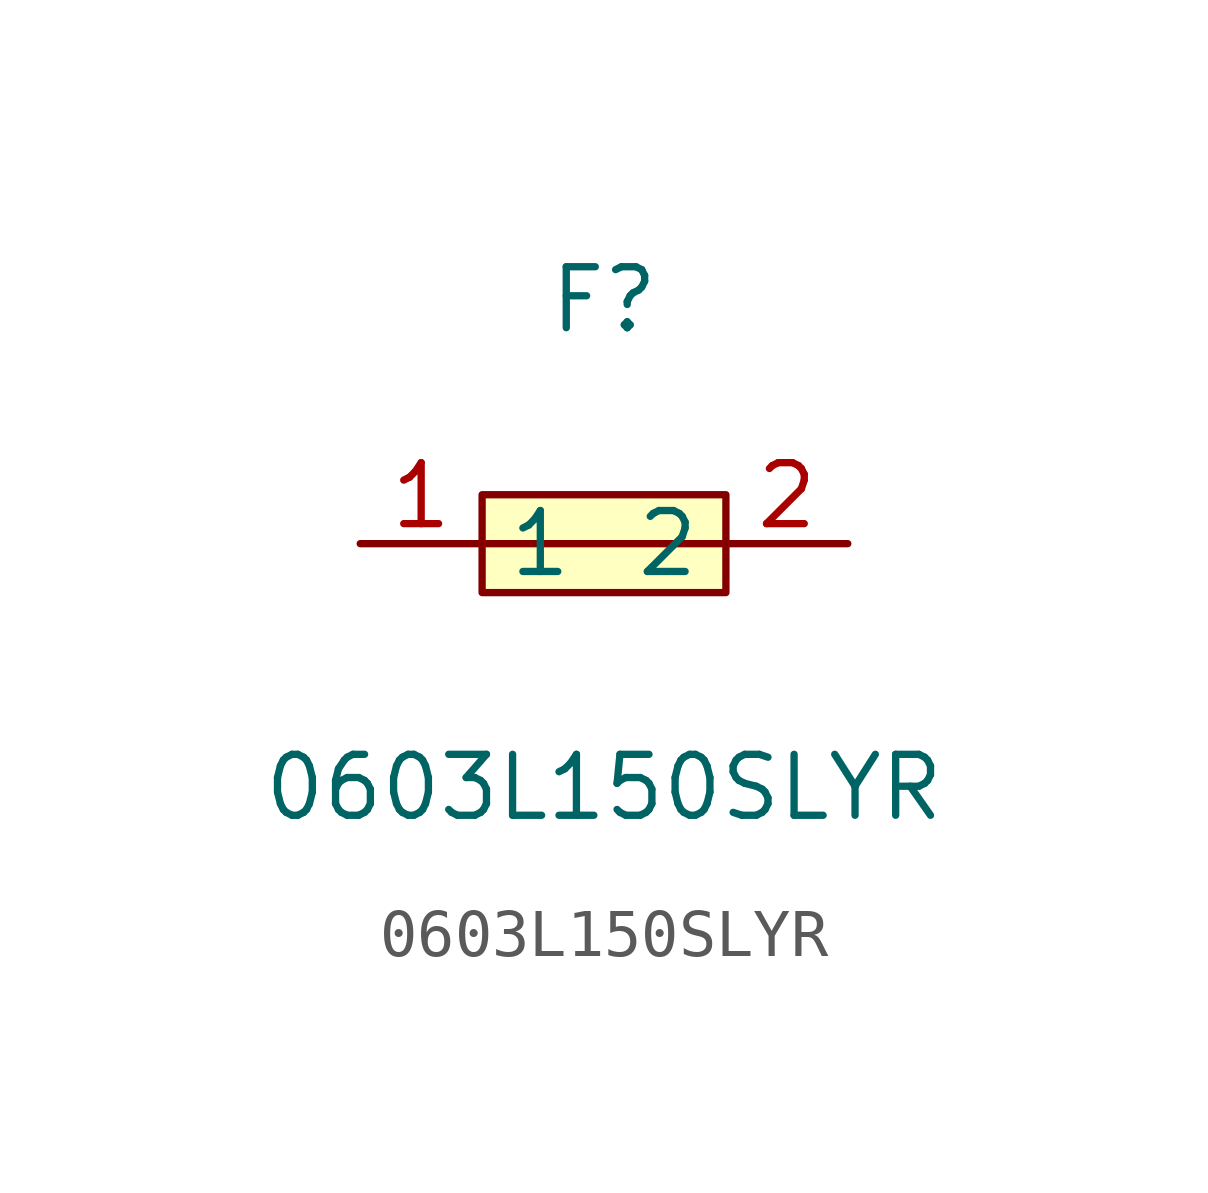
<source format=kicad_sym>
(kicad_symbol_lib
  (version 1)
  (generator "faebryk")
  (symbol "0603L150SLYR"
    (property "Reference" "F"
      (at 0 5.08 0)
      (effects (font (size 1.27 1.27)) (hide no)))
    (property "Value" "0603L150SLYR"
      (at 0 -5.08 0)
      (effects (font (size 1.27 1.27)) (hide no)))
    (symbol "0603L150SLYR_0_1"
      (polyline (stroke (width 0) (type default) (color 0 0 0 0)) (fill (type none)) (pts (xy -2.54 0) (xy 2.54 0)))
      (rectangle (start -2.54 1.02) (end 2.54 -1.02) (stroke (width 0) (type default) (color 0 0 0 0)) (fill (type background)))
      (pin unspecified line (at 5.08 0 180) (length 2.54) (name "2" (effects (font (size 1.27 1.27)) (hide no))) (number "2" (effects (font (size 1.27 1.27)) (hide no))))
      (pin unspecified line (at -5.08 0 0) (length 2.54) (name "1" (effects (font (size 1.27 1.27)) (hide no))) (number "1" (effects (font (size 1.27 1.27)) (hide no)))))))
</source>
